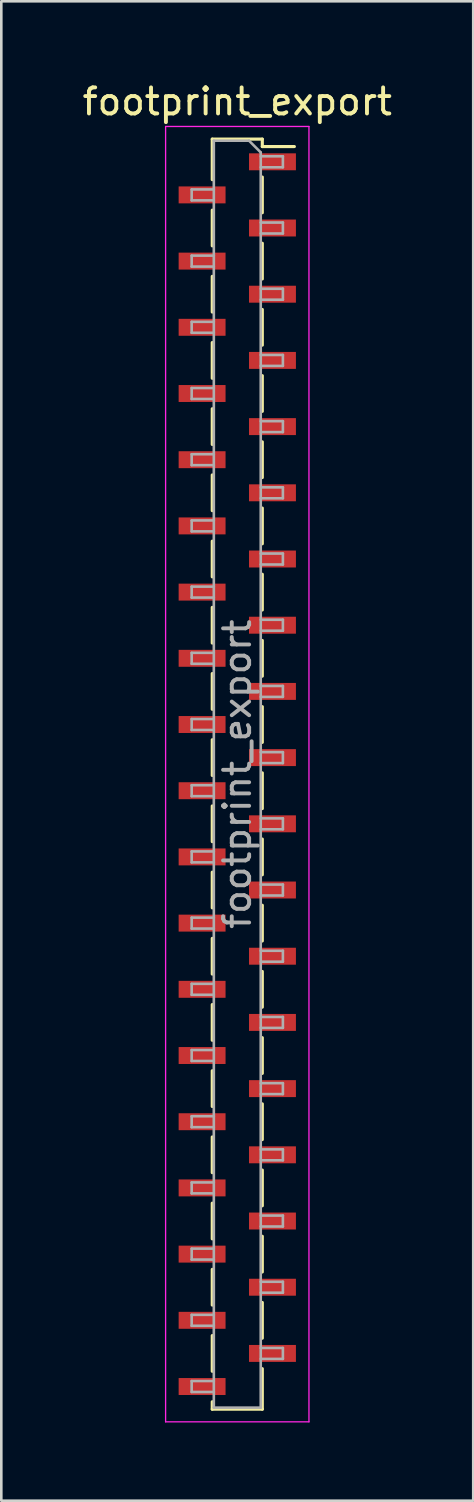
<source format=kicad_pcb>
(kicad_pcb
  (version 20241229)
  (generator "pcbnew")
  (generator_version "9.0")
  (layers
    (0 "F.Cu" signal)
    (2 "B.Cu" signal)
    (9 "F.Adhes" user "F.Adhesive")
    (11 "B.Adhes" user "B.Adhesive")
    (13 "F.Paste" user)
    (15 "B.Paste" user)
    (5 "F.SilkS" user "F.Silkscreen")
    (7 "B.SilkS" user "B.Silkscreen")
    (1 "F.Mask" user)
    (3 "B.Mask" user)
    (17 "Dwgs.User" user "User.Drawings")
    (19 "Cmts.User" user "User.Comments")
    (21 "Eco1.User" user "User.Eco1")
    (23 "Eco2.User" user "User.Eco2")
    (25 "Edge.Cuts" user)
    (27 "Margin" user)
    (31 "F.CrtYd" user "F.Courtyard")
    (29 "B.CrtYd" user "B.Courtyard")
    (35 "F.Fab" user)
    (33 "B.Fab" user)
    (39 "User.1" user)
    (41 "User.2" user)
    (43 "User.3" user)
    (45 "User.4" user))
  (footprint "footprint_export"
    (layer "F.Cu")
    (at 6.054 26.653)
    (property "Reference" "footprint_export" (at 0 -25.805 0) (layer "F.SilkS") (effects (font (size 1 1) (thickness 0.15))))
    (attr smd)
    (fp_line (start -0.96 -24.365) (end -0.96 -22.81) (stroke (width 0.12) (type solid)) (layer "F.SilkS"))
    (fp_line (start -0.96 -24.365) (end 0.96 -24.365) (stroke (width 0.12) (type solid)) (layer "F.SilkS"))
    (fp_line (start -0.96 -21.64) (end -0.96 -20.27) (stroke (width 0.12) (type solid)) (layer "F.SilkS"))
    (fp_line (start -0.96 -19.1) (end -0.96 -17.73) (stroke (width 0.12) (type solid)) (layer "F.SilkS"))
    (fp_line (start -0.96 -16.56) (end -0.96 -15.19) (stroke (width 0.12) (type solid)) (layer "F.SilkS"))
    (fp_line (start -0.96 -14.02) (end -0.96 -12.65) (stroke (width 0.12) (type solid)) (layer "F.SilkS"))
    (fp_line (start -0.96 -11.48) (end -0.96 -10.11) (stroke (width 0.12) (type solid)) (layer "F.SilkS"))
    (fp_line (start -0.96 -8.94) (end -0.96 -7.57) (stroke (width 0.12) (type solid)) (layer "F.SilkS"))
    (fp_line (start -0.96 -6.4) (end -0.96 -5.03) (stroke (width 0.12) (type solid)) (layer "F.SilkS"))
    (fp_line (start -0.96 -3.86) (end -0.96 -2.49) (stroke (width 0.12) (type solid)) (layer "F.SilkS"))
    (fp_line (start -0.96 -1.32) (end -0.96 0.05) (stroke (width 0.12) (type solid)) (layer "F.SilkS"))
    (fp_line (start -0.96 1.22) (end -0.96 2.59) (stroke (width 0.12) (type solid)) (layer "F.SilkS"))
    (fp_line (start -0.96 3.76) (end -0.96 5.13) (stroke (width 0.12) (type solid)) (layer "F.SilkS"))
    (fp_line (start -0.96 6.3) (end -0.96 7.67) (stroke (width 0.12) (type solid)) (layer "F.SilkS"))
    (fp_line (start -0.96 8.84) (end -0.96 10.21) (stroke (width 0.12) (type solid)) (layer "F.SilkS"))
    (fp_line (start -0.96 11.38) (end -0.96 12.75) (stroke (width 0.12) (type solid)) (layer "F.SilkS"))
    (fp_line (start -0.96 13.92) (end -0.96 15.29) (stroke (width 0.12) (type solid)) (layer "F.SilkS"))
    (fp_line (start -0.96 16.46) (end -0.96 17.83) (stroke (width 0.12) (type solid)) (layer "F.SilkS"))
    (fp_line (start -0.96 19) (end -0.96 20.37) (stroke (width 0.12) (type solid)) (layer "F.SilkS"))
    (fp_line (start -0.96 21.54) (end -0.96 22.91) (stroke (width 0.12) (type solid)) (layer "F.SilkS"))
    (fp_line (start -0.96 24.08) (end -0.96 24.365) (stroke (width 0.12) (type solid)) (layer "F.SilkS"))
    (fp_line (start -0.96 24.365) (end 0.96 24.365) (stroke (width 0.12) (type solid)) (layer "F.SilkS"))
    (fp_line (start 0.96 -24.365) (end 0.96 -24.08) (stroke (width 0.12) (type solid)) (layer "F.SilkS"))
    (fp_line (start 0.96 -24.08) (end 2.19 -24.08) (stroke (width 0.12) (type solid)) (layer "F.SilkS"))
    (fp_line (start 0.96 -22.91) (end 0.96 -21.54) (stroke (width 0.12) (type solid)) (layer "F.SilkS"))
    (fp_line (start 0.96 -20.37) (end 0.96 -19) (stroke (width 0.12) (type solid)) (layer "F.SilkS"))
    (fp_line (start 0.96 -17.83) (end 0.96 -16.46) (stroke (width 0.12) (type solid)) (layer "F.SilkS"))
    (fp_line (start 0.96 -15.29) (end 0.96 -13.92) (stroke (width 0.12) (type solid)) (layer "F.SilkS"))
    (fp_line (start 0.96 -12.75) (end 0.96 -11.38) (stroke (width 0.12) (type solid)) (layer "F.SilkS"))
    (fp_line (start 0.96 -10.21) (end 0.96 -8.84) (stroke (width 0.12) (type solid)) (layer "F.SilkS"))
    (fp_line (start 0.96 -7.67) (end 0.96 -6.3) (stroke (width 0.12) (type solid)) (layer "F.SilkS"))
    (fp_line (start 0.96 -5.13) (end 0.96 -3.76) (stroke (width 0.12) (type solid)) (layer "F.SilkS"))
    (fp_line (start 0.96 -2.59) (end 0.96 -1.22) (stroke (width 0.12) (type solid)) (layer "F.SilkS"))
    (fp_line (start 0.96 -0.05) (end 0.96 1.32) (stroke (width 0.12) (type solid)) (layer "F.SilkS"))
    (fp_line (start 0.96 2.49) (end 0.96 3.86) (stroke (width 0.12) (type solid)) (layer "F.SilkS"))
    (fp_line (start 0.96 5.03) (end 0.96 6.4) (stroke (width 0.12) (type solid)) (layer "F.SilkS"))
    (fp_line (start 0.96 7.57) (end 0.96 8.94) (stroke (width 0.12) (type solid)) (layer "F.SilkS"))
    (fp_line (start 0.96 10.11) (end 0.96 11.48) (stroke (width 0.12) (type solid)) (layer "F.SilkS"))
    (fp_line (start 0.96 12.65) (end 0.96 14.02) (stroke (width 0.12) (type solid)) (layer "F.SilkS"))
    (fp_line (start 0.96 15.19) (end 0.96 16.56) (stroke (width 0.12) (type solid)) (layer "F.SilkS"))
    (fp_line (start 0.96 17.73) (end 0.96 19.1) (stroke (width 0.12) (type solid)) (layer "F.SilkS"))
    (fp_line (start 0.96 20.27) (end 0.96 21.64) (stroke (width 0.12) (type solid)) (layer "F.SilkS"))
    (fp_line (start 0.96 22.81) (end 0.96 24.365) (stroke (width 0.12) (type solid)) (layer "F.SilkS"))
    (fp_line (start -2.75 -24.85) (end 2.75 -24.85) (stroke (width 0.05) (type solid)) (layer "F.CrtYd"))
    (fp_line (start -2.75 24.85) (end -2.75 -24.85) (stroke (width 0.05) (type solid)) (layer "F.CrtYd"))
    (fp_line (start 2.75 -24.85) (end 2.75 24.85) (stroke (width 0.05) (type solid)) (layer "F.CrtYd"))
    (fp_line (start 2.75 24.85) (end -2.75 24.85) (stroke (width 0.05) (type solid)) (layer "F.CrtYd"))
    (fp_line (start -1.75 -22.435) (end -0.9 -22.435) (stroke (width 0.1) (type solid)) (layer "F.Fab"))
    (fp_line (start -1.75 -22.015) (end -1.75 -22.435) (stroke (width 0.1) (type solid)) (layer "F.Fab"))
    (fp_line (start -1.75 -19.895) (end -0.9 -19.895) (stroke (width 0.1) (type solid)) (layer "F.Fab"))
    (fp_line (start -1.75 -19.475) (end -1.75 -19.895) (stroke (width 0.1) (type solid)) (layer "F.Fab"))
    (fp_line (start -1.75 -17.355) (end -0.9 -17.355) (stroke (width 0.1) (type solid)) (layer "F.Fab"))
    (fp_line (start -1.75 -16.935) (end -1.75 -17.355) (stroke (width 0.1) (type solid)) (layer "F.Fab"))
    (fp_line (start -1.75 -14.815) (end -0.9 -14.815) (stroke (width 0.1) (type solid)) (layer "F.Fab"))
    (fp_line (start -1.75 -14.395) (end -1.75 -14.815) (stroke (width 0.1) (type solid)) (layer "F.Fab"))
    (fp_line (start -1.75 -12.275) (end -0.9 -12.275) (stroke (width 0.1) (type solid)) (layer "F.Fab"))
    (fp_line (start -1.75 -11.855) (end -1.75 -12.275) (stroke (width 0.1) (type solid)) (layer "F.Fab"))
    (fp_line (start -1.75 -9.735) (end -0.9 -9.735) (stroke (width 0.1) (type solid)) (layer "F.Fab"))
    (fp_line (start -1.75 -9.315) (end -1.75 -9.735) (stroke (width 0.1) (type solid)) (layer "F.Fab"))
    (fp_line (start -1.75 -7.195) (end -0.9 -7.195) (stroke (width 0.1) (type solid)) (layer "F.Fab"))
    (fp_line (start -1.75 -6.775) (end -1.75 -7.195) (stroke (width 0.1) (type solid)) (layer "F.Fab"))
    (fp_line (start -1.75 -4.655) (end -0.9 -4.655) (stroke (width 0.1) (type solid)) (layer "F.Fab"))
    (fp_line (start -1.75 -4.235) (end -1.75 -4.655) (stroke (width 0.1) (type solid)) (layer "F.Fab"))
    (fp_line (start -1.75 -2.115) (end -0.9 -2.115) (stroke (width 0.1) (type solid)) (layer "F.Fab"))
    (fp_line (start -1.75 -1.695) (end -1.75 -2.115) (stroke (width 0.1) (type solid)) (layer "F.Fab"))
    (fp_line (start -1.75 0.425) (end -0.9 0.425) (stroke (width 0.1) (type solid)) (layer "F.Fab"))
    (fp_line (start -1.75 0.845) (end -1.75 0.425) (stroke (width 0.1) (type solid)) (layer "F.Fab"))
    (fp_line (start -1.75 2.965) (end -0.9 2.965) (stroke (width 0.1) (type solid)) (layer "F.Fab"))
    (fp_line (start -1.75 3.385) (end -1.75 2.965) (stroke (width 0.1) (type solid)) (layer "F.Fab"))
    (fp_line (start -1.75 5.505) (end -0.9 5.505) (stroke (width 0.1) (type solid)) (layer "F.Fab"))
    (fp_line (start -1.75 5.925) (end -1.75 5.505) (stroke (width 0.1) (type solid)) (layer "F.Fab"))
    (fp_line (start -1.75 8.045) (end -0.9 8.045) (stroke (width 0.1) (type solid)) (layer "F.Fab"))
    (fp_line (start -1.75 8.465) (end -1.75 8.045) (stroke (width 0.1) (type solid)) (layer "F.Fab"))
    (fp_line (start -1.75 10.585) (end -0.9 10.585) (stroke (width 0.1) (type solid)) (layer "F.Fab"))
    (fp_line (start -1.75 11.005) (end -1.75 10.585) (stroke (width 0.1) (type solid)) (layer "F.Fab"))
    (fp_line (start -1.75 13.125) (end -0.9 13.125) (stroke (width 0.1) (type solid)) (layer "F.Fab"))
    (fp_line (start -1.75 13.545) (end -1.75 13.125) (stroke (width 0.1) (type solid)) (layer "F.Fab"))
    (fp_line (start -1.75 15.665) (end -0.9 15.665) (stroke (width 0.1) (type solid)) (layer "F.Fab"))
    (fp_line (start -1.75 16.085) (end -1.75 15.665) (stroke (width 0.1) (type solid)) (layer "F.Fab"))
    (fp_line (start -1.75 18.205) (end -0.9 18.205) (stroke (width 0.1) (type solid)) (layer "F.Fab"))
    (fp_line (start -1.75 18.625) (end -1.75 18.205) (stroke (width 0.1) (type solid)) (layer "F.Fab"))
    (fp_line (start -1.75 20.745) (end -0.9 20.745) (stroke (width 0.1) (type solid)) (layer "F.Fab"))
    (fp_line (start -1.75 21.165) (end -1.75 20.745) (stroke (width 0.1) (type solid)) (layer "F.Fab"))
    (fp_line (start -1.75 23.285) (end -0.9 23.285) (stroke (width 0.1) (type solid)) (layer "F.Fab"))
    (fp_line (start -1.75 23.705) (end -1.75 23.285) (stroke (width 0.1) (type solid)) (layer "F.Fab"))
    (fp_line (start -0.9 -24.305) (end 0.45 -24.305) (stroke (width 0.1) (type solid)) (layer "F.Fab"))
    (fp_line (start -0.9 -22.015) (end -1.75 -22.015) (stroke (width 0.1) (type solid)) (layer "F.Fab"))
    (fp_line (start -0.9 -19.475) (end -1.75 -19.475) (stroke (width 0.1) (type solid)) (layer "F.Fab"))
    (fp_line (start -0.9 -16.935) (end -1.75 -16.935) (stroke (width 0.1) (type solid)) (layer "F.Fab"))
    (fp_line (start -0.9 -14.395) (end -1.75 -14.395) (stroke (width 0.1) (type solid)) (layer "F.Fab"))
    (fp_line (start -0.9 -11.855) (end -1.75 -11.855) (stroke (width 0.1) (type solid)) (layer "F.Fab"))
    (fp_line (start -0.9 -9.315) (end -1.75 -9.315) (stroke (width 0.1) (type solid)) (layer "F.Fab"))
    (fp_line (start -0.9 -6.775) (end -1.75 -6.775) (stroke (width 0.1) (type solid)) (layer "F.Fab"))
    (fp_line (start -0.9 -4.235) (end -1.75 -4.235) (stroke (width 0.1) (type solid)) (layer "F.Fab"))
    (fp_line (start -0.9 -1.695) (end -1.75 -1.695) (stroke (width 0.1) (type solid)) (layer "F.Fab"))
    (fp_line (start -0.9 0.845) (end -1.75 0.845) (stroke (width 0.1) (type solid)) (layer "F.Fab"))
    (fp_line (start -0.9 3.385) (end -1.75 3.385) (stroke (width 0.1) (type solid)) (layer "F.Fab"))
    (fp_line (start -0.9 5.925) (end -1.75 5.925) (stroke (width 0.1) (type solid)) (layer "F.Fab"))
    (fp_line (start -0.9 8.465) (end -1.75 8.465) (stroke (width 0.1) (type solid)) (layer "F.Fab"))
    (fp_line (start -0.9 11.005) (end -1.75 11.005) (stroke (width 0.1) (type solid)) (layer "F.Fab"))
    (fp_line (start -0.9 13.545) (end -1.75 13.545) (stroke (width 0.1) (type solid)) (layer "F.Fab"))
    (fp_line (start -0.9 16.085) (end -1.75 16.085) (stroke (width 0.1) (type solid)) (layer "F.Fab"))
    (fp_line (start -0.9 18.625) (end -1.75 18.625) (stroke (width 0.1) (type solid)) (layer "F.Fab"))
    (fp_line (start -0.9 21.165) (end -1.75 21.165) (stroke (width 0.1) (type solid)) (layer "F.Fab"))
    (fp_line (start -0.9 23.705) (end -1.75 23.705) (stroke (width 0.1) (type solid)) (layer "F.Fab"))
    (fp_line (start -0.9 24.305) (end -0.9 -24.305) (stroke (width 0.1) (type solid)) (layer "F.Fab"))
    (fp_line (start 0.45 -24.305) (end 0.9 -23.855) (stroke (width 0.1) (type solid)) (layer "F.Fab"))
    (fp_line (start 0.9 -23.855) (end 0.9 24.305) (stroke (width 0.1) (type solid)) (layer "F.Fab"))
    (fp_line (start 0.9 -23.705) (end 1.75 -23.705) (stroke (width 0.1) (type solid)) (layer "F.Fab"))
    (fp_line (start 0.9 -21.165) (end 1.75 -21.165) (stroke (width 0.1) (type solid)) (layer "F.Fab"))
    (fp_line (start 0.9 -18.625) (end 1.75 -18.625) (stroke (width 0.1) (type solid)) (layer "F.Fab"))
    (fp_line (start 0.9 -16.085) (end 1.75 -16.085) (stroke (width 0.1) (type solid)) (layer "F.Fab"))
    (fp_line (start 0.9 -13.545) (end 1.75 -13.545) (stroke (width 0.1) (type solid)) (layer "F.Fab"))
    (fp_line (start 0.9 -11.005) (end 1.75 -11.005) (stroke (width 0.1) (type solid)) (layer "F.Fab"))
    (fp_line (start 0.9 -8.465) (end 1.75 -8.465) (stroke (width 0.1) (type solid)) (layer "F.Fab"))
    (fp_line (start 0.9 -5.925) (end 1.75 -5.925) (stroke (width 0.1) (type solid)) (layer "F.Fab"))
    (fp_line (start 0.9 -3.385) (end 1.75 -3.385) (stroke (width 0.1) (type solid)) (layer "F.Fab"))
    (fp_line (start 0.9 -0.845) (end 1.75 -0.845) (stroke (width 0.1) (type solid)) (layer "F.Fab"))
    (fp_line (start 0.9 1.695) (end 1.75 1.695) (stroke (width 0.1) (type solid)) (layer "F.Fab"))
    (fp_line (start 0.9 4.235) (end 1.75 4.235) (stroke (width 0.1) (type solid)) (layer "F.Fab"))
    (fp_line (start 0.9 6.775) (end 1.75 6.775) (stroke (width 0.1) (type solid)) (layer "F.Fab"))
    (fp_line (start 0.9 9.315) (end 1.75 9.315) (stroke (width 0.1) (type solid)) (layer "F.Fab"))
    (fp_line (start 0.9 11.855) (end 1.75 11.855) (stroke (width 0.1) (type solid)) (layer "F.Fab"))
    (fp_line (start 0.9 14.395) (end 1.75 14.395) (stroke (width 0.1) (type solid)) (layer "F.Fab"))
    (fp_line (start 0.9 16.935) (end 1.75 16.935) (stroke (width 0.1) (type solid)) (layer "F.Fab"))
    (fp_line (start 0.9 19.475) (end 1.75 19.475) (stroke (width 0.1) (type solid)) (layer "F.Fab"))
    (fp_line (start 0.9 22.015) (end 1.75 22.015) (stroke (width 0.1) (type solid)) (layer "F.Fab"))
    (fp_line (start 0.9 24.305) (end -0.9 24.305) (stroke (width 0.1) (type solid)) (layer "F.Fab"))
    (fp_line (start 1.75 -23.705) (end 1.75 -23.285) (stroke (width 0.1) (type solid)) (layer "F.Fab"))
    (fp_line (start 1.75 -23.285) (end 0.9 -23.285) (stroke (width 0.1) (type solid)) (layer "F.Fab"))
    (fp_line (start 1.75 -21.165) (end 1.75 -20.745) (stroke (width 0.1) (type solid)) (layer "F.Fab"))
    (fp_line (start 1.75 -20.745) (end 0.9 -20.745) (stroke (width 0.1) (type solid)) (layer "F.Fab"))
    (fp_line (start 1.75 -18.625) (end 1.75 -18.205) (stroke (width 0.1) (type solid)) (layer "F.Fab"))
    (fp_line (start 1.75 -18.205) (end 0.9 -18.205) (stroke (width 0.1) (type solid)) (layer "F.Fab"))
    (fp_line (start 1.75 -16.085) (end 1.75 -15.665) (stroke (width 0.1) (type solid)) (layer "F.Fab"))
    (fp_line (start 1.75 -15.665) (end 0.9 -15.665) (stroke (width 0.1) (type solid)) (layer "F.Fab"))
    (fp_line (start 1.75 -13.545) (end 1.75 -13.125) (stroke (width 0.1) (type solid)) (layer "F.Fab"))
    (fp_line (start 1.75 -13.125) (end 0.9 -13.125) (stroke (width 0.1) (type solid)) (layer "F.Fab"))
    (fp_line (start 1.75 -11.005) (end 1.75 -10.585) (stroke (width 0.1) (type solid)) (layer "F.Fab"))
    (fp_line (start 1.75 -10.585) (end 0.9 -10.585) (stroke (width 0.1) (type solid)) (layer "F.Fab"))
    (fp_line (start 1.75 -8.465) (end 1.75 -8.045) (stroke (width 0.1) (type solid)) (layer "F.Fab"))
    (fp_line (start 1.75 -8.045) (end 0.9 -8.045) (stroke (width 0.1) (type solid)) (layer "F.Fab"))
    (fp_line (start 1.75 -5.925) (end 1.75 -5.505) (stroke (width 0.1) (type solid)) (layer "F.Fab"))
    (fp_line (start 1.75 -5.505) (end 0.9 -5.505) (stroke (width 0.1) (type solid)) (layer "F.Fab"))
    (fp_line (start 1.75 -3.385) (end 1.75 -2.965) (stroke (width 0.1) (type solid)) (layer "F.Fab"))
    (fp_line (start 1.75 -2.965) (end 0.9 -2.965) (stroke (width 0.1) (type solid)) (layer "F.Fab"))
    (fp_line (start 1.75 -0.845) (end 1.75 -0.425) (stroke (width 0.1) (type solid)) (layer "F.Fab"))
    (fp_line (start 1.75 -0.425) (end 0.9 -0.425) (stroke (width 0.1) (type solid)) (layer "F.Fab"))
    (fp_line (start 1.75 1.695) (end 1.75 2.115) (stroke (width 0.1) (type solid)) (layer "F.Fab"))
    (fp_line (start 1.75 2.115) (end 0.9 2.115) (stroke (width 0.1) (type solid)) (layer "F.Fab"))
    (fp_line (start 1.75 4.235) (end 1.75 4.655) (stroke (width 0.1) (type solid)) (layer "F.Fab"))
    (fp_line (start 1.75 4.655) (end 0.9 4.655) (stroke (width 0.1) (type solid)) (layer "F.Fab"))
    (fp_line (start 1.75 6.775) (end 1.75 7.195) (stroke (width 0.1) (type solid)) (layer "F.Fab"))
    (fp_line (start 1.75 7.195) (end 0.9 7.195) (stroke (width 0.1) (type solid)) (layer "F.Fab"))
    (fp_line (start 1.75 9.315) (end 1.75 9.735) (stroke (width 0.1) (type solid)) (layer "F.Fab"))
    (fp_line (start 1.75 9.735) (end 0.9 9.735) (stroke (width 0.1) (type solid)) (layer "F.Fab"))
    (fp_line (start 1.75 11.855) (end 1.75 12.275) (stroke (width 0.1) (type solid)) (layer "F.Fab"))
    (fp_line (start 1.75 12.275) (end 0.9 12.275) (stroke (width 0.1) (type solid)) (layer "F.Fab"))
    (fp_line (start 1.75 14.395) (end 1.75 14.815) (stroke (width 0.1) (type solid)) (layer "F.Fab"))
    (fp_line (start 1.75 14.815) (end 0.9 14.815) (stroke (width 0.1) (type solid)) (layer "F.Fab"))
    (fp_line (start 1.75 16.935) (end 1.75 17.355) (stroke (width 0.1) (type solid)) (layer "F.Fab"))
    (fp_line (start 1.75 17.355) (end 0.9 17.355) (stroke (width 0.1) (type solid)) (layer "F.Fab"))
    (fp_line (start 1.75 19.475) (end 1.75 19.895) (stroke (width 0.1) (type solid)) (layer "F.Fab"))
    (fp_line (start 1.75 19.895) (end 0.9 19.895) (stroke (width 0.1) (type solid)) (layer "F.Fab"))
    (fp_line (start 1.75 22.015) (end 1.75 22.435) (stroke (width 0.1) (type solid)) (layer "F.Fab"))
    (fp_line (start 1.75 22.435) (end 0.9 22.435) (stroke (width 0.1) (type solid)) (layer "F.Fab"))
    (fp_text user "${REFERENCE}" (at 0 0 90) (layer "F.Fab") (effects (font (size 1 1) (thickness 0.15))))
    (pad "1" smd rect (at 1.35 -23.495) (size 1.8 0.65) (layers "F.Cu" "F.Mask" "F.Paste"))
    (pad "2" smd rect (at -1.35 -22.225) (size 1.8 0.65) (layers "F.Cu" "F.Mask" "F.Paste"))
    (pad "3" smd rect (at 1.35 -20.955) (size 1.8 0.65) (layers "F.Cu" "F.Mask" "F.Paste"))
    (pad "4" smd rect (at -1.35 -19.685) (size 1.8 0.65) (layers "F.Cu" "F.Mask" "F.Paste"))
    (pad "5" smd rect (at 1.35 -18.415) (size 1.8 0.65) (layers "F.Cu" "F.Mask" "F.Paste"))
    (pad "6" smd rect (at -1.35 -17.145) (size 1.8 0.65) (layers "F.Cu" "F.Mask" "F.Paste"))
    (pad "7" smd rect (at 1.35 -15.875) (size 1.8 0.65) (layers "F.Cu" "F.Mask" "F.Paste"))
    (pad "8" smd rect (at -1.35 -14.605) (size 1.8 0.65) (layers "F.Cu" "F.Mask" "F.Paste"))
    (pad "9" smd rect (at 1.35 -13.335) (size 1.8 0.65) (layers "F.Cu" "F.Mask" "F.Paste"))
    (pad "10" smd rect (at -1.35 -12.065) (size 1.8 0.65) (layers "F.Cu" "F.Mask" "F.Paste"))
    (pad "11" smd rect (at 1.35 -10.795) (size 1.8 0.65) (layers "F.Cu" "F.Mask" "F.Paste"))
    (pad "12" smd rect (at -1.35 -9.525) (size 1.8 0.65) (layers "F.Cu" "F.Mask" "F.Paste"))
    (pad "13" smd rect (at 1.35 -8.255) (size 1.8 0.65) (layers "F.Cu" "F.Mask" "F.Paste"))
    (pad "14" smd rect (at -1.35 -6.985) (size 1.8 0.65) (layers "F.Cu" "F.Mask" "F.Paste"))
    (pad "15" smd rect (at 1.35 -5.715) (size 1.8 0.65) (layers "F.Cu" "F.Mask" "F.Paste"))
    (pad "16" smd rect (at -1.35 -4.445) (size 1.8 0.65) (layers "F.Cu" "F.Mask" "F.Paste"))
    (pad "17" smd rect (at 1.35 -3.175) (size 1.8 0.65) (layers "F.Cu" "F.Mask" "F.Paste"))
    (pad "18" smd rect (at -1.35 -1.905) (size 1.8 0.65) (layers "F.Cu" "F.Mask" "F.Paste"))
    (pad "19" smd rect (at 1.35 -0.635) (size 1.8 0.65) (layers "F.Cu" "F.Mask" "F.Paste"))
    (pad "20" smd rect (at -1.35 0.635) (size 1.8 0.65) (layers "F.Cu" "F.Mask" "F.Paste"))
    (pad "21" smd rect (at 1.35 1.905) (size 1.8 0.65) (layers "F.Cu" "F.Mask" "F.Paste"))
    (pad "22" smd rect (at -1.35 3.175) (size 1.8 0.65) (layers "F.Cu" "F.Mask" "F.Paste"))
    (pad "23" smd rect (at 1.35 4.445) (size 1.8 0.65) (layers "F.Cu" "F.Mask" "F.Paste"))
    (pad "24" smd rect (at -1.35 5.715) (size 1.8 0.65) (layers "F.Cu" "F.Mask" "F.Paste"))
    (pad "25" smd rect (at 1.35 6.985) (size 1.8 0.65) (layers "F.Cu" "F.Mask" "F.Paste"))
    (pad "26" smd rect (at -1.35 8.255) (size 1.8 0.65) (layers "F.Cu" "F.Mask" "F.Paste"))
    (pad "27" smd rect (at 1.35 9.525) (size 1.8 0.65) (layers "F.Cu" "F.Mask" "F.Paste"))
    (pad "28" smd rect (at -1.35 10.795) (size 1.8 0.65) (layers "F.Cu" "F.Mask" "F.Paste"))
    (pad "29" smd rect (at 1.35 12.065) (size 1.8 0.65) (layers "F.Cu" "F.Mask" "F.Paste"))
    (pad "30" smd rect (at -1.35 13.335) (size 1.8 0.65) (layers "F.Cu" "F.Mask" "F.Paste"))
    (pad "31" smd rect (at 1.35 14.605) (size 1.8 0.65) (layers "F.Cu" "F.Mask" "F.Paste"))
    (pad "32" smd rect (at -1.35 15.875) (size 1.8 0.65) (layers "F.Cu" "F.Mask" "F.Paste"))
    (pad "33" smd rect (at 1.35 17.145) (size 1.8 0.65) (layers "F.Cu" "F.Mask" "F.Paste"))
    (pad "34" smd rect (at -1.35 18.415) (size 1.8 0.65) (layers "F.Cu" "F.Mask" "F.Paste"))
    (pad "35" smd rect (at 1.35 19.685) (size 1.8 0.65) (layers "F.Cu" "F.Mask" "F.Paste"))
    (pad "36" smd rect (at -1.35 20.955) (size 1.8 0.65) (layers "F.Cu" "F.Mask" "F.Paste"))
    (pad "37" smd rect (at 1.35 22.225) (size 1.8 0.65) (layers "F.Cu" "F.Mask" "F.Paste"))
    (pad "38" smd rect (at -1.35 23.495) (size 1.8 0.65) (layers "F.Cu" "F.Mask" "F.Paste")))
  (gr_rect
    (start -3 -3)
    (end 15.107 54.528)
    (stroke (width 0.1) (type default))
    (fill no)
    (layer "Edge.Cuts")))
</source>
